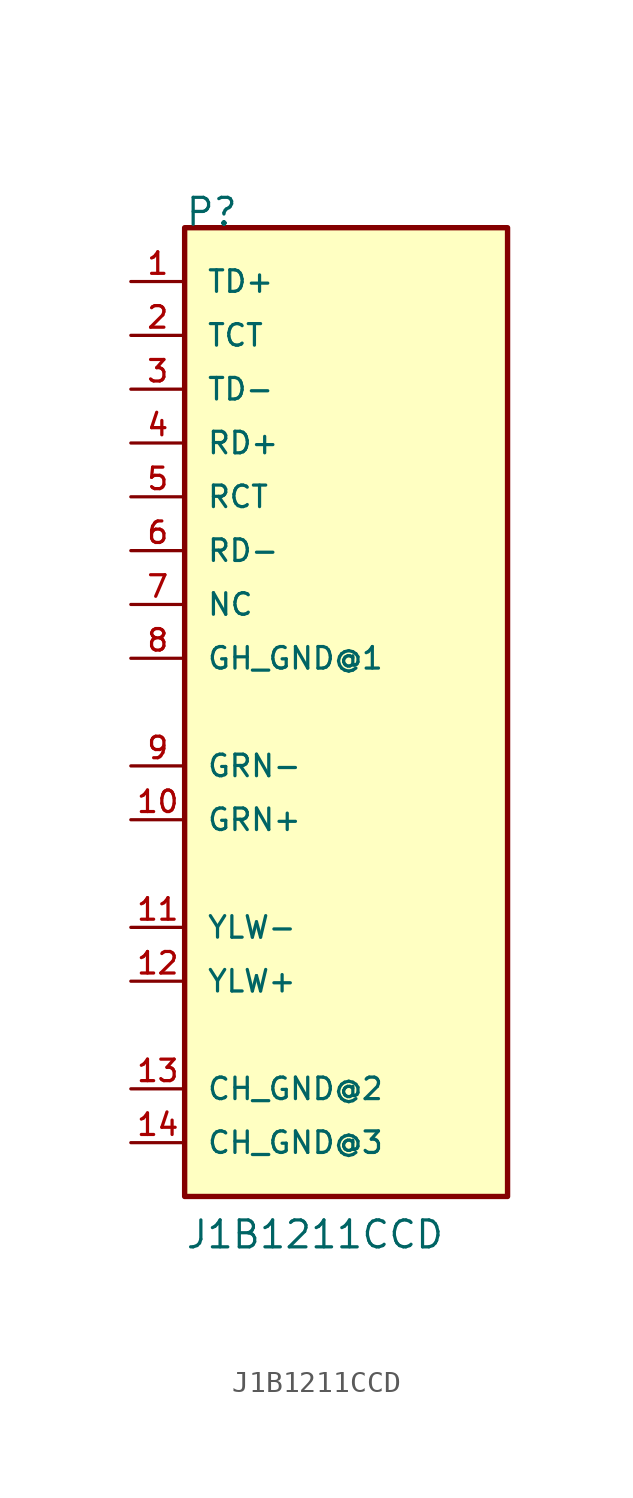
<source format=kicad_sym>
(kicad_symbol_lib
  (version 20211014)
  (generator kicad_symbol_editor)
  (symbol "J1B1211CCD"
    (pin_names
      (offset 1.016))
    (property "Reference" "P"
      (at -7.62 22.86 0)
      (effects (font (size 1.27 1.27)) (justify bottom left)))
    (property "Value" "J1B1211CCD"
      (at -7.62 -25.4 0)
      (effects (font (size 1.27 1.27)) (justify bottom left)))
    (symbol "J1B1211CCD_0_0"
      (rectangle (start -7.62 -22.86) (end 7.62 22.86) (stroke (width 0.254)) (fill (type background)))
      (pin passive line (at -10.16 20.32 0) (length 2.54) (name "TD+" (effects (font (size 1.016 1.016)))) (number "1" (effects (font (size 1.016 1.016)))))
      (pin passive line (at -10.16 17.78 0) (length 2.54) (name "TCT" (effects (font (size 1.016 1.016)))) (number "2" (effects (font (size 1.016 1.016)))))
      (pin passive line (at -10.16 15.24 0) (length 2.54) (name "TD-" (effects (font (size 1.016 1.016)))) (number "3" (effects (font (size 1.016 1.016)))))
      (pin passive line (at -10.16 12.7 0) (length 2.54) (name "RD+" (effects (font (size 1.016 1.016)))) (number "4" (effects (font (size 1.016 1.016)))))
      (pin passive line (at -10.16 10.16 0) (length 2.54) (name "RCT" (effects (font (size 1.016 1.016)))) (number "5" (effects (font (size 1.016 1.016)))))
      (pin passive line (at -10.16 7.62 0) (length 2.54) (name "RD-" (effects (font (size 1.016 1.016)))) (number "6" (effects (font (size 1.016 1.016)))))
      (pin passive line (at -10.16 5.08 0) (length 2.54) (name "NC" (effects (font (size 1.016 1.016)))) (number "7" (effects (font (size 1.016 1.016)))))
      (pin passive line (at -10.16 2.54 0) (length 2.54) (name "GH_GND@1" (effects (font (size 1.016 1.016)))) (number "8" (effects (font (size 1.016 1.016)))))
      (pin passive line (at -10.16 -2.54 0) (length 2.54) (name "GRN-" (effects (font (size 1.016 1.016)))) (number "9" (effects (font (size 1.016 1.016)))))
      (pin passive line (at -10.16 -5.08 0) (length 2.54) (name "GRN+" (effects (font (size 1.016 1.016)))) (number "10" (effects (font (size 1.016 1.016)))))
      (pin passive line (at -10.16 -10.16 0) (length 2.54) (name "YLW-" (effects (font (size 1.016 1.016)))) (number "11" (effects (font (size 1.016 1.016)))))
      (pin passive line (at -10.16 -12.7 0) (length 2.54) (name "YLW+" (effects (font (size 1.016 1.016)))) (number "12" (effects (font (size 1.016 1.016)))))
      (pin passive line (at -10.16 -17.78 0) (length 2.54) (name "CH_GND@2" (effects (font (size 1.016 1.016)))) (number "13" (effects (font (size 1.016 1.016)))))
      (pin passive line (at -10.16 -20.32 0) (length 2.54) (name "CH_GND@3" (effects (font (size 1.016 1.016)))) (number "14" (effects (font (size 1.016 1.016))))))))
</source>
